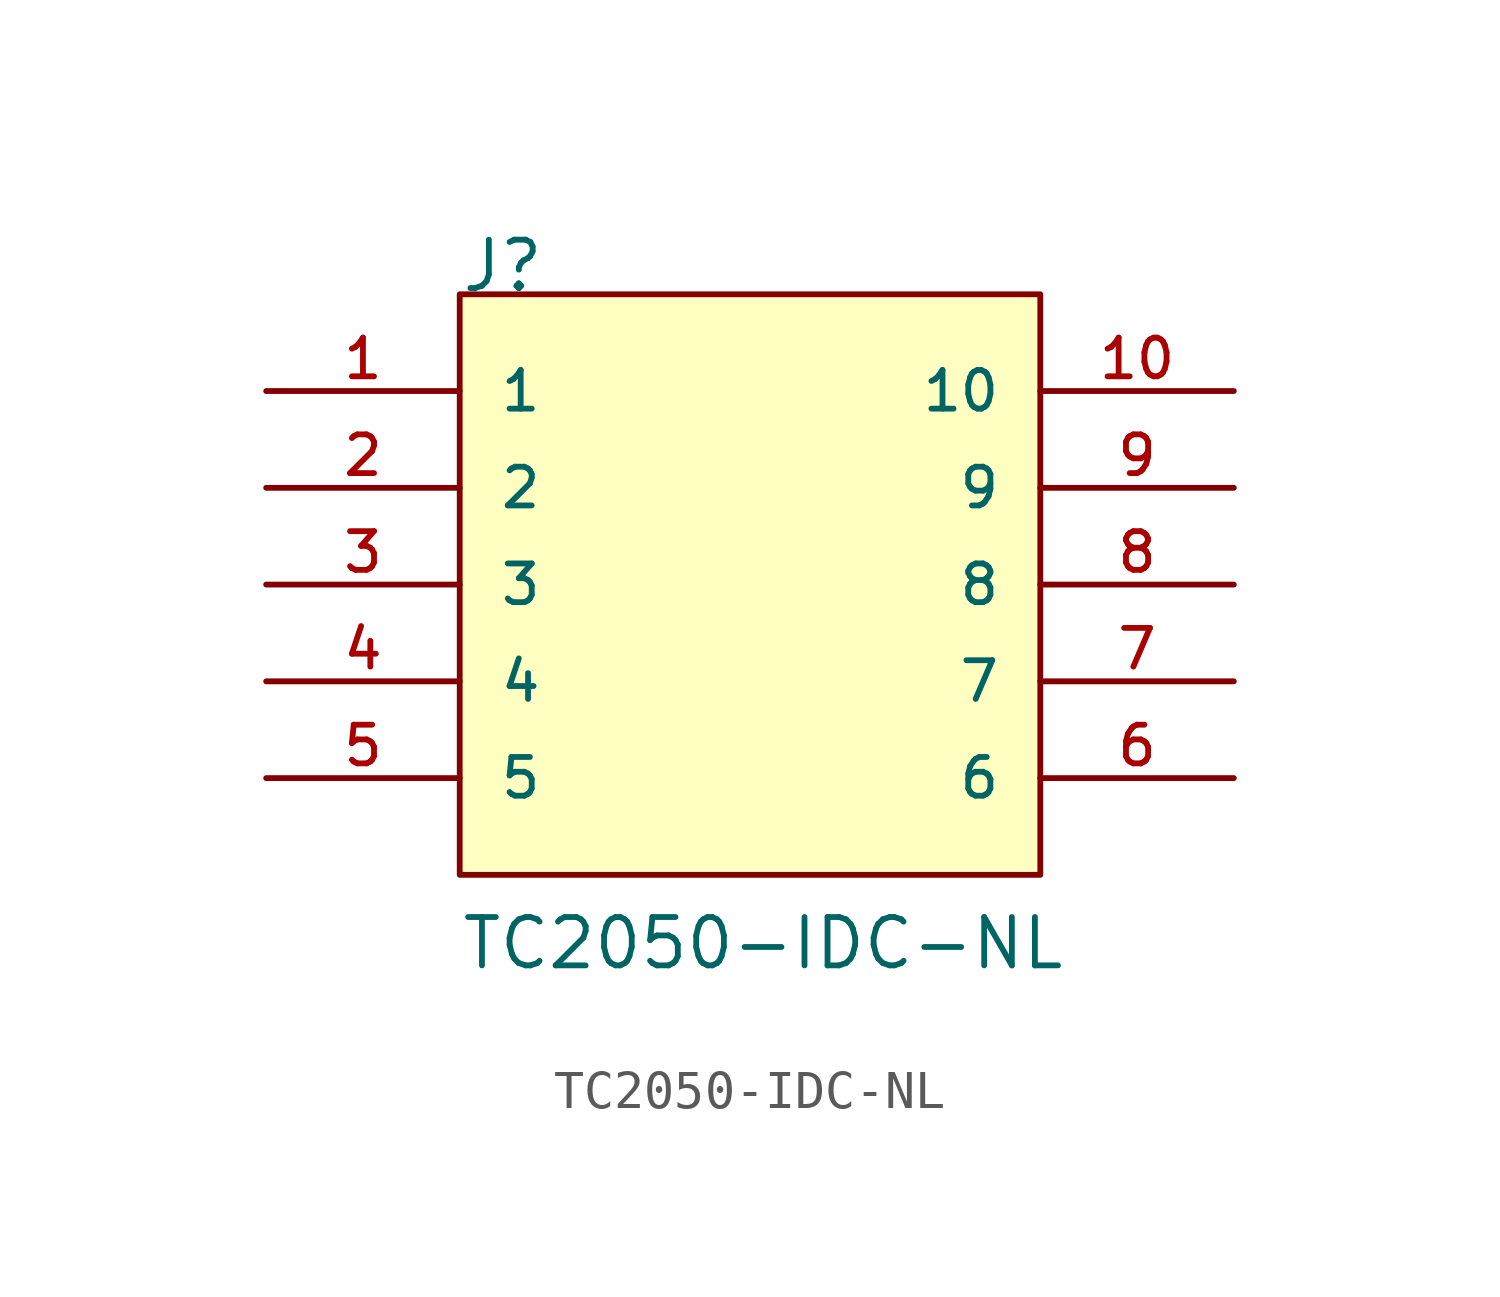
<source format=kicad_sym>
(kicad_symbol_lib
  (version 20211014)
  (generator kicad_symbol_editor)
  (symbol "TC2050-IDC-NL"
    (pin_names
      (offset 1.016))
    (property "Reference" "J"
      (at -7.62 7.62 0)
      (effects (font (size 1.27 1.27)) (justify bottom left)))
    (property "Value" "TC2050-IDC-NL"
      (at -7.62 -10.16 0)
      (effects (font (size 1.27 1.27)) (justify bottom left)))
    (symbol "TC2050-IDC-NL_0_0"
      (rectangle (start -7.62 -7.62) (end 7.62 7.62) (stroke (width 0.152)) (fill (type background)))
      (pin passive line (at -12.7 5.08 0) (length 5.08) (name "1" (effects (font (size 1.016 1.016)))) (number "1" (effects (font (size 1.016 1.016)))))
      (pin passive line (at -12.7 2.54 0) (length 5.08) (name "2" (effects (font (size 1.016 1.016)))) (number "2" (effects (font (size 1.016 1.016)))))
      (pin passive line (at -12.7 0.0 0) (length 5.08) (name "3" (effects (font (size 1.016 1.016)))) (number "3" (effects (font (size 1.016 1.016)))))
      (pin passive line (at -12.7 -2.54 0) (length 5.08) (name "4" (effects (font (size 1.016 1.016)))) (number "4" (effects (font (size 1.016 1.016)))))
      (pin passive line (at -12.7 -5.08 0) (length 5.08) (name "5" (effects (font (size 1.016 1.016)))) (number "5" (effects (font (size 1.016 1.016)))))
      (pin passive line (at 12.7 -5.08 180.0) (length 5.08) (name "6" (effects (font (size 1.016 1.016)))) (number "6" (effects (font (size 1.016 1.016)))))
      (pin passive line (at 12.7 -2.54 180.0) (length 5.08) (name "7" (effects (font (size 1.016 1.016)))) (number "7" (effects (font (size 1.016 1.016)))))
      (pin passive line (at 12.7 0.0 180.0) (length 5.08) (name "8" (effects (font (size 1.016 1.016)))) (number "8" (effects (font (size 1.016 1.016)))))
      (pin passive line (at 12.7 2.54 180.0) (length 5.08) (name "9" (effects (font (size 1.016 1.016)))) (number "9" (effects (font (size 1.016 1.016)))))
      (pin passive line (at 12.7 5.08 180.0) (length 5.08) (name "10" (effects (font (size 1.016 1.016)))) (number "10" (effects (font (size 1.016 1.016))))))))
</source>
